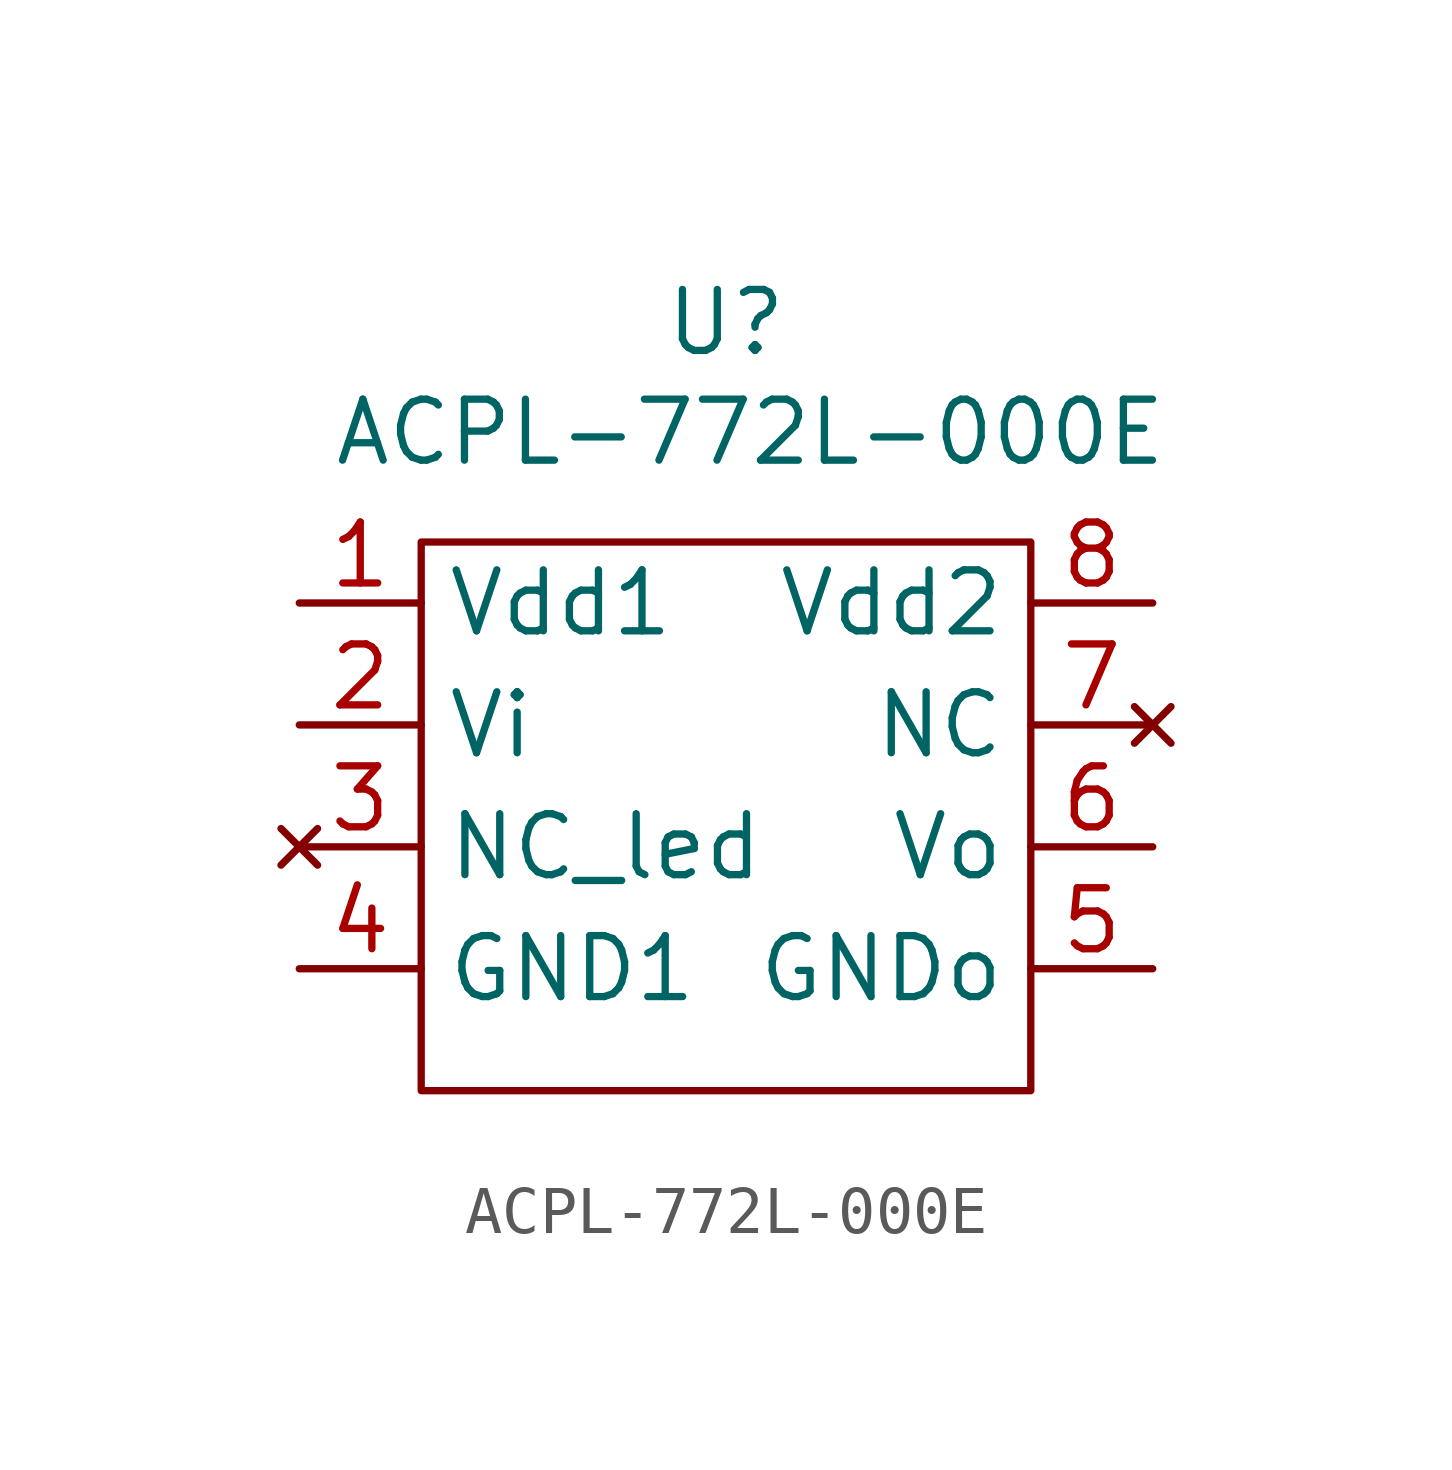
<source format=kicad_sym>
(kicad_symbol_lib
  (version 20231120)
  (generator "kicad_symbol_editor")
  (generator_version "8.0")
  (symbol "ACPL-772L-000E"
    (property "Reference" "U"
      (at 0 3.302 0)
      (effects (font (size 1.27 1.27))))
    (property "Value" "ACPL-772L-000E"
      (at 0.508 1.016 0)
      (effects (font (size 1.27 1.27))))
    (symbol "ACPL-772L-000E_0_1"
      (rectangle (start -6.35 -1.27) (end 6.35 -12.7) (stroke (width 0) (type default)) (fill (type none))))
    (symbol "ACPL-772L-000E_1_1"
      (pin power_in line (at -8.89 -2.54 0) (length 2.54) (name "Vdd1" (effects (font (size 1.27 1.27)))) (number "1" (effects (font (size 1.27 1.27)))))
      (pin input line (at -8.89 -5.08 0) (length 2.54) (name "Vi" (effects (font (size 1.27 1.27)))) (number "2" (effects (font (size 1.27 1.27)))))
      (pin no_connect line (at -8.89 -7.62 0) (length 2.54) (name "NC_led" (effects (font (size 1.27 1.27)))) (number "3" (effects (font (size 1.27 1.27)))))
      (pin passive line (at -8.89 -10.16 0) (length 2.54) (name "GND1" (effects (font (size 1.27 1.27)))) (number "4" (effects (font (size 1.27 1.27)))))
      (pin passive line (at 8.89 -10.16 180) (length 2.54) (name "GNDo" (effects (font (size 1.27 1.27)))) (number "5" (effects (font (size 1.27 1.27)))))
      (pin output line (at 8.89 -7.62 180) (length 2.54) (name "Vo" (effects (font (size 1.27 1.27)))) (number "6" (effects (font (size 1.27 1.27)))))
      (pin no_connect line (at 8.89 -5.08 180) (length 2.54) (name "NC" (effects (font (size 1.27 1.27)))) (number "7" (effects (font (size 1.27 1.27)))))
      (pin power_in line (at 8.89 -2.54 180) (length 2.54) (name "Vdd2" (effects (font (size 1.27 1.27)))) (number "8" (effects (font (size 1.27 1.27))))))))
</source>
